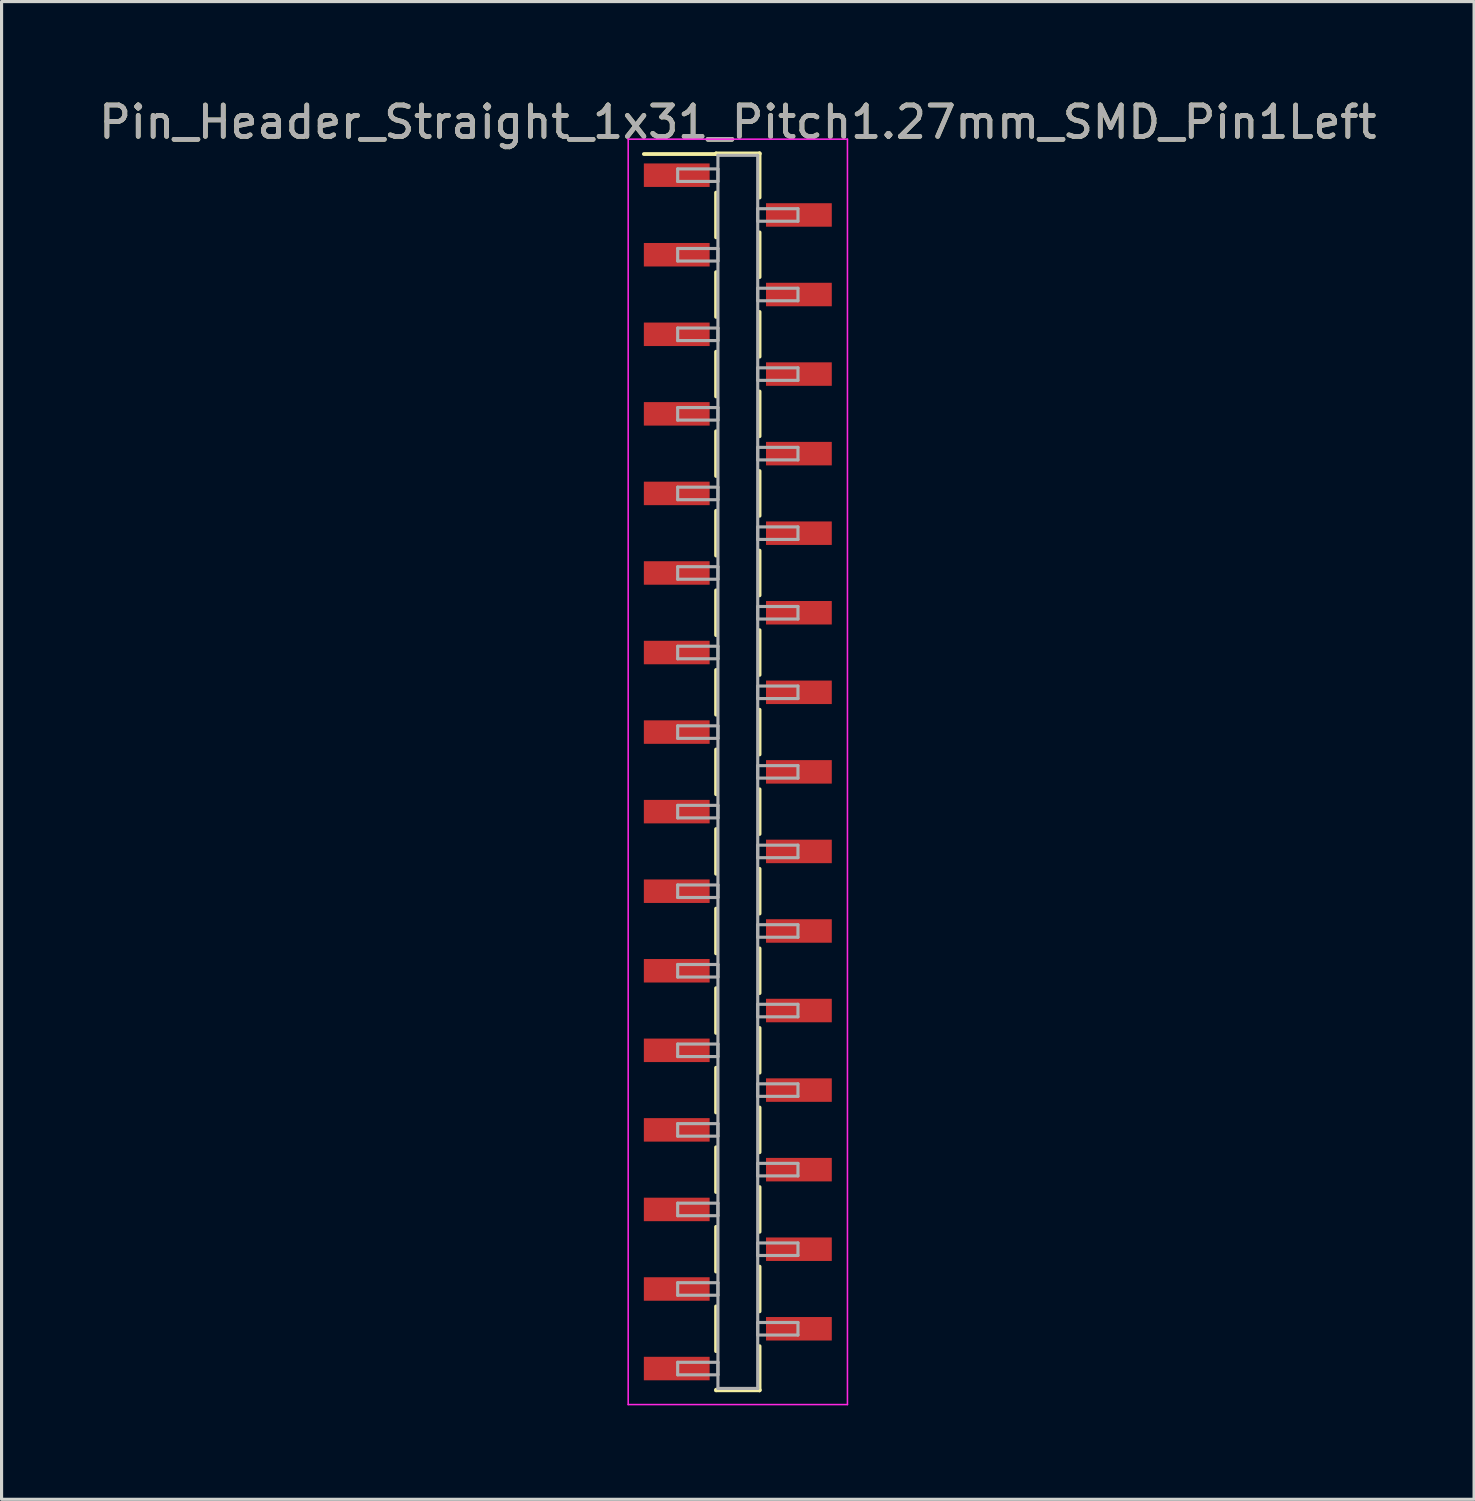
<source format=kicad_pcb>
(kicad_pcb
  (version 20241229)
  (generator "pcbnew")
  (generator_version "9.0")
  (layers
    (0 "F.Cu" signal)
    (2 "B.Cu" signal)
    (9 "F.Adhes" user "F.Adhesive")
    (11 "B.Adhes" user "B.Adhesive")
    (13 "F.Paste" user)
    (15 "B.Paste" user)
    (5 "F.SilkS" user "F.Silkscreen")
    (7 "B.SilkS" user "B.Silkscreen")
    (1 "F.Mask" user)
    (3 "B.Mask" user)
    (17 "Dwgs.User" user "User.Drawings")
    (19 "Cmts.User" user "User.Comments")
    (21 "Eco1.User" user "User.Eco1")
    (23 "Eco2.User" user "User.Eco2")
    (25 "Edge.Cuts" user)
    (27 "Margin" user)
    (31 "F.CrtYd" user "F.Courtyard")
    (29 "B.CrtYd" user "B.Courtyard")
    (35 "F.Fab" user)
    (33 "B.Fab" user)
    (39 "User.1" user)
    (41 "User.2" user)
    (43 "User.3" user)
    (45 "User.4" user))
  (footprint "Pin_Header_Straight_1x31_Pitch1.27mm_SMD_Pin1Left"
    (layer "F.Cu")
    (at 20.506 21.593)
    (property "Reference" "Pin_Header_Straight_1x31_Pitch1.27mm_SMD_Pin1Left" (at 0 -20.745 0) (layer "F.SilkS") (effects (font (size 1 1) (thickness 0.15))))
    (attr smd)
    (fp_line (start -0.695 -19.745) (end 0.695 -19.745) (stroke (width 0.12) (type solid)) (layer "F.SilkS"))
    (fp_line (start -0.695 -19.725) (end -3 -19.725) (stroke (width 0.12) (type solid)) (layer "F.SilkS"))
    (fp_line (start -0.695 -19.725) (end -0.695 -19.745) (stroke (width 0.12) (type solid)) (layer "F.SilkS"))
    (fp_line (start -0.695 -18.495) (end -0.695 -17.065) (stroke (width 0.12) (type solid)) (layer "F.SilkS"))
    (fp_line (start -0.695 -15.955) (end -0.695 -14.525) (stroke (width 0.12) (type solid)) (layer "F.SilkS"))
    (fp_line (start -0.695 -13.415) (end -0.695 -11.985) (stroke (width 0.12) (type solid)) (layer "F.SilkS"))
    (fp_line (start -0.695 -10.875) (end -0.695 -9.445) (stroke (width 0.12) (type solid)) (layer "F.SilkS"))
    (fp_line (start -0.695 -8.335) (end -0.695 -6.905) (stroke (width 0.12) (type solid)) (layer "F.SilkS"))
    (fp_line (start -0.695 -5.795) (end -0.695 -4.365) (stroke (width 0.12) (type solid)) (layer "F.SilkS"))
    (fp_line (start -0.695 -3.255) (end -0.695 -1.825) (stroke (width 0.12) (type solid)) (layer "F.SilkS"))
    (fp_line (start -0.695 -0.715) (end -0.695 0.715) (stroke (width 0.12) (type solid)) (layer "F.SilkS"))
    (fp_line (start -0.695 1.825) (end -0.695 3.255) (stroke (width 0.12) (type solid)) (layer "F.SilkS"))
    (fp_line (start -0.695 4.365) (end -0.695 5.795) (stroke (width 0.12) (type solid)) (layer "F.SilkS"))
    (fp_line (start -0.695 6.905) (end -0.695 8.335) (stroke (width 0.12) (type solid)) (layer "F.SilkS"))
    (fp_line (start -0.695 9.445) (end -0.695 10.875) (stroke (width 0.12) (type solid)) (layer "F.SilkS"))
    (fp_line (start -0.695 11.985) (end -0.695 13.415) (stroke (width 0.12) (type solid)) (layer "F.SilkS"))
    (fp_line (start -0.695 14.525) (end -0.695 15.955) (stroke (width 0.12) (type solid)) (layer "F.SilkS"))
    (fp_line (start -0.695 17.065) (end -0.695 18.495) (stroke (width 0.12) (type solid)) (layer "F.SilkS"))
    (fp_line (start -0.695 19.725) (end -0.695 19.745) (stroke (width 0.12) (type solid)) (layer "F.SilkS"))
    (fp_line (start -0.695 19.745) (end 0.695 19.745) (stroke (width 0.12) (type solid)) (layer "F.SilkS"))
    (fp_line (start 0.695 -19.745) (end 0.695 -19.725) (stroke (width 0.12) (type solid)) (layer "F.SilkS"))
    (fp_line (start 0.695 -19.745) (end 0.695 -18.335) (stroke (width 0.12) (type solid)) (layer "F.SilkS"))
    (fp_line (start 0.695 -17.225) (end 0.695 -15.795) (stroke (width 0.12) (type solid)) (layer "F.SilkS"))
    (fp_line (start 0.695 -14.685) (end 0.695 -13.255) (stroke (width 0.12) (type solid)) (layer "F.SilkS"))
    (fp_line (start 0.695 -12.145) (end 0.695 -10.715) (stroke (width 0.12) (type solid)) (layer "F.SilkS"))
    (fp_line (start 0.695 -9.605) (end 0.695 -8.175) (stroke (width 0.12) (type solid)) (layer "F.SilkS"))
    (fp_line (start 0.695 -7.065) (end 0.695 -5.635) (stroke (width 0.12) (type solid)) (layer "F.SilkS"))
    (fp_line (start 0.695 -4.525) (end 0.695 -3.095) (stroke (width 0.12) (type solid)) (layer "F.SilkS"))
    (fp_line (start 0.695 -1.985) (end 0.695 -0.555) (stroke (width 0.12) (type solid)) (layer "F.SilkS"))
    (fp_line (start 0.695 0.555) (end 0.695 1.985) (stroke (width 0.12) (type solid)) (layer "F.SilkS"))
    (fp_line (start 0.695 3.095) (end 0.695 4.525) (stroke (width 0.12) (type solid)) (layer "F.SilkS"))
    (fp_line (start 0.695 5.635) (end 0.695 7.065) (stroke (width 0.12) (type solid)) (layer "F.SilkS"))
    (fp_line (start 0.695 8.175) (end 0.695 9.605) (stroke (width 0.12) (type solid)) (layer "F.SilkS"))
    (fp_line (start 0.695 10.715) (end 0.695 12.145) (stroke (width 0.12) (type solid)) (layer "F.SilkS"))
    (fp_line (start 0.695 13.255) (end 0.695 14.685) (stroke (width 0.12) (type solid)) (layer "F.SilkS"))
    (fp_line (start 0.695 15.795) (end 0.695 17.225) (stroke (width 0.12) (type solid)) (layer "F.SilkS"))
    (fp_line (start 0.695 18.335) (end 0.695 19.745) (stroke (width 0.12) (type solid)) (layer "F.SilkS"))
    (fp_line (start 0.695 19.745) (end 0.695 19.725) (stroke (width 0.12) (type solid)) (layer "F.SilkS"))
    (fp_line (start -3.5 -20.2) (end -3.5 20.2) (stroke (width 0.05) (type solid)) (layer "F.CrtYd"))
    (fp_line (start -3.5 20.2) (end 3.5 20.2) (stroke (width 0.05) (type solid)) (layer "F.CrtYd"))
    (fp_line (start 3.5 -20.2) (end -3.5 -20.2) (stroke (width 0.05) (type solid)) (layer "F.CrtYd"))
    (fp_line (start 3.5 20.2) (end 3.5 -20.2) (stroke (width 0.05) (type solid)) (layer "F.CrtYd"))
    (fp_line (start -1.92 -19.25) (end -0.635 -19.25) (stroke (width 0.1) (type solid)) (layer "F.Fab"))
    (fp_line (start -1.92 -18.85) (end -1.92 -19.25) (stroke (width 0.1) (type solid)) (layer "F.Fab"))
    (fp_line (start -1.92 -16.71) (end -0.635 -16.71) (stroke (width 0.1) (type solid)) (layer "F.Fab"))
    (fp_line (start -1.92 -16.31) (end -1.92 -16.71) (stroke (width 0.1) (type solid)) (layer "F.Fab"))
    (fp_line (start -1.92 -14.17) (end -0.635 -14.17) (stroke (width 0.1) (type solid)) (layer "F.Fab"))
    (fp_line (start -1.92 -13.77) (end -1.92 -14.17) (stroke (width 0.1) (type solid)) (layer "F.Fab"))
    (fp_line (start -1.92 -11.63) (end -0.635 -11.63) (stroke (width 0.1) (type solid)) (layer "F.Fab"))
    (fp_line (start -1.92 -11.23) (end -1.92 -11.63) (stroke (width 0.1) (type solid)) (layer "F.Fab"))
    (fp_line (start -1.92 -9.09) (end -0.635 -9.09) (stroke (width 0.1) (type solid)) (layer "F.Fab"))
    (fp_line (start -1.92 -8.69) (end -1.92 -9.09) (stroke (width 0.1) (type solid)) (layer "F.Fab"))
    (fp_line (start -1.92 -6.55) (end -0.635 -6.55) (stroke (width 0.1) (type solid)) (layer "F.Fab"))
    (fp_line (start -1.92 -6.15) (end -1.92 -6.55) (stroke (width 0.1) (type solid)) (layer "F.Fab"))
    (fp_line (start -1.92 -4.01) (end -0.635 -4.01) (stroke (width 0.1) (type solid)) (layer "F.Fab"))
    (fp_line (start -1.92 -3.61) (end -1.92 -4.01) (stroke (width 0.1) (type solid)) (layer "F.Fab"))
    (fp_line (start -1.92 -1.47) (end -0.635 -1.47) (stroke (width 0.1) (type solid)) (layer "F.Fab"))
    (fp_line (start -1.92 -1.07) (end -1.92 -1.47) (stroke (width 0.1) (type solid)) (layer "F.Fab"))
    (fp_line (start -1.92 1.07) (end -0.635 1.07) (stroke (width 0.1) (type solid)) (layer "F.Fab"))
    (fp_line (start -1.92 1.47) (end -1.92 1.07) (stroke (width 0.1) (type solid)) (layer "F.Fab"))
    (fp_line (start -1.92 3.61) (end -0.635 3.61) (stroke (width 0.1) (type solid)) (layer "F.Fab"))
    (fp_line (start -1.92 4.01) (end -1.92 3.61) (stroke (width 0.1) (type solid)) (layer "F.Fab"))
    (fp_line (start -1.92 6.15) (end -0.635 6.15) (stroke (width 0.1) (type solid)) (layer "F.Fab"))
    (fp_line (start -1.92 6.55) (end -1.92 6.15) (stroke (width 0.1) (type solid)) (layer "F.Fab"))
    (fp_line (start -1.92 8.69) (end -0.635 8.69) (stroke (width 0.1) (type solid)) (layer "F.Fab"))
    (fp_line (start -1.92 9.09) (end -1.92 8.69) (stroke (width 0.1) (type solid)) (layer "F.Fab"))
    (fp_line (start -1.92 11.23) (end -0.635 11.23) (stroke (width 0.1) (type solid)) (layer "F.Fab"))
    (fp_line (start -1.92 11.63) (end -1.92 11.23) (stroke (width 0.1) (type solid)) (layer "F.Fab"))
    (fp_line (start -1.92 13.77) (end -0.635 13.77) (stroke (width 0.1) (type solid)) (layer "F.Fab"))
    (fp_line (start -1.92 14.17) (end -1.92 13.77) (stroke (width 0.1) (type solid)) (layer "F.Fab"))
    (fp_line (start -1.92 16.31) (end -0.635 16.31) (stroke (width 0.1) (type solid)) (layer "F.Fab"))
    (fp_line (start -1.92 16.71) (end -1.92 16.31) (stroke (width 0.1) (type solid)) (layer "F.Fab"))
    (fp_line (start -1.92 18.85) (end -0.635 18.85) (stroke (width 0.1) (type solid)) (layer "F.Fab"))
    (fp_line (start -1.92 19.25) (end -1.92 18.85) (stroke (width 0.1) (type solid)) (layer "F.Fab"))
    (fp_line (start -0.635 -19.685) (end -0.635 19.685) (stroke (width 0.1) (type solid)) (layer "F.Fab"))
    (fp_line (start -0.635 -19.25) (end -0.635 -18.85) (stroke (width 0.1) (type solid)) (layer "F.Fab"))
    (fp_line (start -0.635 -18.85) (end -1.92 -18.85) (stroke (width 0.1) (type solid)) (layer "F.Fab"))
    (fp_line (start -0.635 -16.71) (end -0.635 -16.31) (stroke (width 0.1) (type solid)) (layer "F.Fab"))
    (fp_line (start -0.635 -16.31) (end -1.92 -16.31) (stroke (width 0.1) (type solid)) (layer "F.Fab"))
    (fp_line (start -0.635 -14.17) (end -0.635 -13.77) (stroke (width 0.1) (type solid)) (layer "F.Fab"))
    (fp_line (start -0.635 -13.77) (end -1.92 -13.77) (stroke (width 0.1) (type solid)) (layer "F.Fab"))
    (fp_line (start -0.635 -11.63) (end -0.635 -11.23) (stroke (width 0.1) (type solid)) (layer "F.Fab"))
    (fp_line (start -0.635 -11.23) (end -1.92 -11.23) (stroke (width 0.1) (type solid)) (layer "F.Fab"))
    (fp_line (start -0.635 -9.09) (end -0.635 -8.69) (stroke (width 0.1) (type solid)) (layer "F.Fab"))
    (fp_line (start -0.635 -8.69) (end -1.92 -8.69) (stroke (width 0.1) (type solid)) (layer "F.Fab"))
    (fp_line (start -0.635 -6.55) (end -0.635 -6.15) (stroke (width 0.1) (type solid)) (layer "F.Fab"))
    (fp_line (start -0.635 -6.15) (end -1.92 -6.15) (stroke (width 0.1) (type solid)) (layer "F.Fab"))
    (fp_line (start -0.635 -4.01) (end -0.635 -3.61) (stroke (width 0.1) (type solid)) (layer "F.Fab"))
    (fp_line (start -0.635 -3.61) (end -1.92 -3.61) (stroke (width 0.1) (type solid)) (layer "F.Fab"))
    (fp_line (start -0.635 -1.47) (end -0.635 -1.07) (stroke (width 0.1) (type solid)) (layer "F.Fab"))
    (fp_line (start -0.635 -1.07) (end -1.92 -1.07) (stroke (width 0.1) (type solid)) (layer "F.Fab"))
    (fp_line (start -0.635 1.07) (end -0.635 1.47) (stroke (width 0.1) (type solid)) (layer "F.Fab"))
    (fp_line (start -0.635 1.47) (end -1.92 1.47) (stroke (width 0.1) (type solid)) (layer "F.Fab"))
    (fp_line (start -0.635 3.61) (end -0.635 4.01) (stroke (width 0.1) (type solid)) (layer "F.Fab"))
    (fp_line (start -0.635 4.01) (end -1.92 4.01) (stroke (width 0.1) (type solid)) (layer "F.Fab"))
    (fp_line (start -0.635 6.15) (end -0.635 6.55) (stroke (width 0.1) (type solid)) (layer "F.Fab"))
    (fp_line (start -0.635 6.55) (end -1.92 6.55) (stroke (width 0.1) (type solid)) (layer "F.Fab"))
    (fp_line (start -0.635 8.69) (end -0.635 9.09) (stroke (width 0.1) (type solid)) (layer "F.Fab"))
    (fp_line (start -0.635 9.09) (end -1.92 9.09) (stroke (width 0.1) (type solid)) (layer "F.Fab"))
    (fp_line (start -0.635 11.23) (end -0.635 11.63) (stroke (width 0.1) (type solid)) (layer "F.Fab"))
    (fp_line (start -0.635 11.63) (end -1.92 11.63) (stroke (width 0.1) (type solid)) (layer "F.Fab"))
    (fp_line (start -0.635 13.77) (end -0.635 14.17) (stroke (width 0.1) (type solid)) (layer "F.Fab"))
    (fp_line (start -0.635 14.17) (end -1.92 14.17) (stroke (width 0.1) (type solid)) (layer "F.Fab"))
    (fp_line (start -0.635 16.31) (end -0.635 16.71) (stroke (width 0.1) (type solid)) (layer "F.Fab"))
    (fp_line (start -0.635 16.71) (end -1.92 16.71) (stroke (width 0.1) (type solid)) (layer "F.Fab"))
    (fp_line (start -0.635 18.85) (end -0.635 19.25) (stroke (width 0.1) (type solid)) (layer "F.Fab"))
    (fp_line (start -0.635 19.25) (end -1.92 19.25) (stroke (width 0.1) (type solid)) (layer "F.Fab"))
    (fp_line (start -0.635 19.685) (end 0.635 19.685) (stroke (width 0.1) (type solid)) (layer "F.Fab"))
    (fp_line (start 0.635 -19.685) (end -0.635 -19.685) (stroke (width 0.1) (type solid)) (layer "F.Fab"))
    (fp_line (start 0.635 -17.98) (end 0.635 -17.58) (stroke (width 0.1) (type solid)) (layer "F.Fab"))
    (fp_line (start 0.635 -17.58) (end 1.92 -17.58) (stroke (width 0.1) (type solid)) (layer "F.Fab"))
    (fp_line (start 0.635 -15.44) (end 0.635 -15.04) (stroke (width 0.1) (type solid)) (layer "F.Fab"))
    (fp_line (start 0.635 -15.04) (end 1.92 -15.04) (stroke (width 0.1) (type solid)) (layer "F.Fab"))
    (fp_line (start 0.635 -12.9) (end 0.635 -12.5) (stroke (width 0.1) (type solid)) (layer "F.Fab"))
    (fp_line (start 0.635 -12.5) (end 1.92 -12.5) (stroke (width 0.1) (type solid)) (layer "F.Fab"))
    (fp_line (start 0.635 -10.36) (end 0.635 -9.96) (stroke (width 0.1) (type solid)) (layer "F.Fab"))
    (fp_line (start 0.635 -9.96) (end 1.92 -9.96) (stroke (width 0.1) (type solid)) (layer "F.Fab"))
    (fp_line (start 0.635 -7.82) (end 0.635 -7.42) (stroke (width 0.1) (type solid)) (layer "F.Fab"))
    (fp_line (start 0.635 -7.42) (end 1.92 -7.42) (stroke (width 0.1) (type solid)) (layer "F.Fab"))
    (fp_line (start 0.635 -5.28) (end 0.635 -4.88) (stroke (width 0.1) (type solid)) (layer "F.Fab"))
    (fp_line (start 0.635 -4.88) (end 1.92 -4.88) (stroke (width 0.1) (type solid)) (layer "F.Fab"))
    (fp_line (start 0.635 -2.74) (end 0.635 -2.34) (stroke (width 0.1) (type solid)) (layer "F.Fab"))
    (fp_line (start 0.635 -2.34) (end 1.92 -2.34) (stroke (width 0.1) (type solid)) (layer "F.Fab"))
    (fp_line (start 0.635 -0.2) (end 0.635 0.2) (stroke (width 0.1) (type solid)) (layer "F.Fab"))
    (fp_line (start 0.635 0.2) (end 1.92 0.2) (stroke (width 0.1) (type solid)) (layer "F.Fab"))
    (fp_line (start 0.635 2.34) (end 0.635 2.74) (stroke (width 0.1) (type solid)) (layer "F.Fab"))
    (fp_line (start 0.635 2.74) (end 1.92 2.74) (stroke (width 0.1) (type solid)) (layer "F.Fab"))
    (fp_line (start 0.635 4.88) (end 0.635 5.28) (stroke (width 0.1) (type solid)) (layer "F.Fab"))
    (fp_line (start 0.635 5.28) (end 1.92 5.28) (stroke (width 0.1) (type solid)) (layer "F.Fab"))
    (fp_line (start 0.635 7.42) (end 0.635 7.82) (stroke (width 0.1) (type solid)) (layer "F.Fab"))
    (fp_line (start 0.635 7.82) (end 1.92 7.82) (stroke (width 0.1) (type solid)) (layer "F.Fab"))
    (fp_line (start 0.635 9.96) (end 0.635 10.36) (stroke (width 0.1) (type solid)) (layer "F.Fab"))
    (fp_line (start 0.635 10.36) (end 1.92 10.36) (stroke (width 0.1) (type solid)) (layer "F.Fab"))
    (fp_line (start 0.635 12.5) (end 0.635 12.9) (stroke (width 0.1) (type solid)) (layer "F.Fab"))
    (fp_line (start 0.635 12.9) (end 1.92 12.9) (stroke (width 0.1) (type solid)) (layer "F.Fab"))
    (fp_line (start 0.635 15.04) (end 0.635 15.44) (stroke (width 0.1) (type solid)) (layer "F.Fab"))
    (fp_line (start 0.635 15.44) (end 1.92 15.44) (stroke (width 0.1) (type solid)) (layer "F.Fab"))
    (fp_line (start 0.635 17.58) (end 0.635 17.98) (stroke (width 0.1) (type solid)) (layer "F.Fab"))
    (fp_line (start 0.635 17.98) (end 1.92 17.98) (stroke (width 0.1) (type solid)) (layer "F.Fab"))
    (fp_line (start 0.635 19.685) (end 0.635 -19.685) (stroke (width 0.1) (type solid)) (layer "F.Fab"))
    (fp_line (start 1.92 -17.98) (end 0.635 -17.98) (stroke (width 0.1) (type solid)) (layer "F.Fab"))
    (fp_line (start 1.92 -17.58) (end 1.92 -17.98) (stroke (width 0.1) (type solid)) (layer "F.Fab"))
    (fp_line (start 1.92 -15.44) (end 0.635 -15.44) (stroke (width 0.1) (type solid)) (layer "F.Fab"))
    (fp_line (start 1.92 -15.04) (end 1.92 -15.44) (stroke (width 0.1) (type solid)) (layer "F.Fab"))
    (fp_line (start 1.92 -12.9) (end 0.635 -12.9) (stroke (width 0.1) (type solid)) (layer "F.Fab"))
    (fp_line (start 1.92 -12.5) (end 1.92 -12.9) (stroke (width 0.1) (type solid)) (layer "F.Fab"))
    (fp_line (start 1.92 -10.36) (end 0.635 -10.36) (stroke (width 0.1) (type solid)) (layer "F.Fab"))
    (fp_line (start 1.92 -9.96) (end 1.92 -10.36) (stroke (width 0.1) (type solid)) (layer "F.Fab"))
    (fp_line (start 1.92 -7.82) (end 0.635 -7.82) (stroke (width 0.1) (type solid)) (layer "F.Fab"))
    (fp_line (start 1.92 -7.42) (end 1.92 -7.82) (stroke (width 0.1) (type solid)) (layer "F.Fab"))
    (fp_line (start 1.92 -5.28) (end 0.635 -5.28) (stroke (width 0.1) (type solid)) (layer "F.Fab"))
    (fp_line (start 1.92 -4.88) (end 1.92 -5.28) (stroke (width 0.1) (type solid)) (layer "F.Fab"))
    (fp_line (start 1.92 -2.74) (end 0.635 -2.74) (stroke (width 0.1) (type solid)) (layer "F.Fab"))
    (fp_line (start 1.92 -2.34) (end 1.92 -2.74) (stroke (width 0.1) (type solid)) (layer "F.Fab"))
    (fp_line (start 1.92 -0.2) (end 0.635 -0.2) (stroke (width 0.1) (type solid)) (layer "F.Fab"))
    (fp_line (start 1.92 0.2) (end 1.92 -0.2) (stroke (width 0.1) (type solid)) (layer "F.Fab"))
    (fp_line (start 1.92 2.34) (end 0.635 2.34) (stroke (width 0.1) (type solid)) (layer "F.Fab"))
    (fp_line (start 1.92 2.74) (end 1.92 2.34) (stroke (width 0.1) (type solid)) (layer "F.Fab"))
    (fp_line (start 1.92 4.88) (end 0.635 4.88) (stroke (width 0.1) (type solid)) (layer "F.Fab"))
    (fp_line (start 1.92 5.28) (end 1.92 4.88) (stroke (width 0.1) (type solid)) (layer "F.Fab"))
    (fp_line (start 1.92 7.42) (end 0.635 7.42) (stroke (width 0.1) (type solid)) (layer "F.Fab"))
    (fp_line (start 1.92 7.82) (end 1.92 7.42) (stroke (width 0.1) (type solid)) (layer "F.Fab"))
    (fp_line (start 1.92 9.96) (end 0.635 9.96) (stroke (width 0.1) (type solid)) (layer "F.Fab"))
    (fp_line (start 1.92 10.36) (end 1.92 9.96) (stroke (width 0.1) (type solid)) (layer "F.Fab"))
    (fp_line (start 1.92 12.5) (end 0.635 12.5) (stroke (width 0.1) (type solid)) (layer "F.Fab"))
    (fp_line (start 1.92 12.9) (end 1.92 12.5) (stroke (width 0.1) (type solid)) (layer "F.Fab"))
    (fp_line (start 1.92 15.04) (end 0.635 15.04) (stroke (width 0.1) (type solid)) (layer "F.Fab"))
    (fp_line (start 1.92 15.44) (end 1.92 15.04) (stroke (width 0.1) (type solid)) (layer "F.Fab"))
    (fp_line (start 1.92 17.58) (end 0.635 17.58) (stroke (width 0.1) (type solid)) (layer "F.Fab"))
    (fp_line (start 1.92 17.98) (end 1.92 17.58) (stroke (width 0.1) (type solid)) (layer "F.Fab"))
    (fp_text user "${REFERENCE}" (at 0 -20.745 0) (layer "F.Fab") (effects (font (size 1 1) (thickness 0.15))))
    (pad "1" smd rect (at -1.95 -19.05) (size 2.1 0.75) (layers "F.Cu" "F.Mask" "F.Paste"))
    (pad "2" smd rect (at 1.95 -17.78) (size 2.1 0.75) (layers "F.Cu" "F.Mask" "F.Paste"))
    (pad "3" smd rect (at -1.95 -16.51) (size 2.1 0.75) (layers "F.Cu" "F.Mask" "F.Paste"))
    (pad "4" smd rect (at 1.95 -15.24) (size 2.1 0.75) (layers "F.Cu" "F.Mask" "F.Paste"))
    (pad "5" smd rect (at -1.95 -13.97) (size 2.1 0.75) (layers "F.Cu" "F.Mask" "F.Paste"))
    (pad "6" smd rect (at 1.95 -12.7) (size 2.1 0.75) (layers "F.Cu" "F.Mask" "F.Paste"))
    (pad "7" smd rect (at -1.95 -11.43) (size 2.1 0.75) (layers "F.Cu" "F.Mask" "F.Paste"))
    (pad "8" smd rect (at 1.95 -10.16) (size 2.1 0.75) (layers "F.Cu" "F.Mask" "F.Paste"))
    (pad "9" smd rect (at -1.95 -8.89) (size 2.1 0.75) (layers "F.Cu" "F.Mask" "F.Paste"))
    (pad "10" smd rect (at 1.95 -7.62) (size 2.1 0.75) (layers "F.Cu" "F.Mask" "F.Paste"))
    (pad "11" smd rect (at -1.95 -6.35) (size 2.1 0.75) (layers "F.Cu" "F.Mask" "F.Paste"))
    (pad "12" smd rect (at 1.95 -5.08) (size 2.1 0.75) (layers "F.Cu" "F.Mask" "F.Paste"))
    (pad "13" smd rect (at -1.95 -3.81) (size 2.1 0.75) (layers "F.Cu" "F.Mask" "F.Paste"))
    (pad "14" smd rect (at 1.95 -2.54) (size 2.1 0.75) (layers "F.Cu" "F.Mask" "F.Paste"))
    (pad "15" smd rect (at -1.95 -1.27) (size 2.1 0.75) (layers "F.Cu" "F.Mask" "F.Paste"))
    (pad "16" smd rect (at 1.95 0) (size 2.1 0.75) (layers "F.Cu" "F.Mask" "F.Paste"))
    (pad "17" smd rect (at -1.95 1.27) (size 2.1 0.75) (layers "F.Cu" "F.Mask" "F.Paste"))
    (pad "18" smd rect (at 1.95 2.54) (size 2.1 0.75) (layers "F.Cu" "F.Mask" "F.Paste"))
    (pad "19" smd rect (at -1.95 3.81) (size 2.1 0.75) (layers "F.Cu" "F.Mask" "F.Paste"))
    (pad "20" smd rect (at 1.95 5.08) (size 2.1 0.75) (layers "F.Cu" "F.Mask" "F.Paste"))
    (pad "21" smd rect (at -1.95 6.35) (size 2.1 0.75) (layers "F.Cu" "F.Mask" "F.Paste"))
    (pad "22" smd rect (at 1.95 7.62) (size 2.1 0.75) (layers "F.Cu" "F.Mask" "F.Paste"))
    (pad "23" smd rect (at -1.95 8.89) (size 2.1 0.75) (layers "F.Cu" "F.Mask" "F.Paste"))
    (pad "24" smd rect (at 1.95 10.16) (size 2.1 0.75) (layers "F.Cu" "F.Mask" "F.Paste"))
    (pad "25" smd rect (at -1.95 11.43) (size 2.1 0.75) (layers "F.Cu" "F.Mask" "F.Paste"))
    (pad "26" smd rect (at 1.95 12.7) (size 2.1 0.75) (layers "F.Cu" "F.Mask" "F.Paste"))
    (pad "27" smd rect (at -1.95 13.97) (size 2.1 0.75) (layers "F.Cu" "F.Mask" "F.Paste"))
    (pad "28" smd rect (at 1.95 15.24) (size 2.1 0.75) (layers "F.Cu" "F.Mask" "F.Paste"))
    (pad "29" smd rect (at -1.95 16.51) (size 2.1 0.75) (layers "F.Cu" "F.Mask" "F.Paste"))
    (pad "30" smd rect (at 1.95 17.78) (size 2.1 0.75) (layers "F.Cu" "F.Mask" "F.Paste"))
    (pad "31" smd rect (at -1.95 19.05) (size 2.1 0.75) (layers "F.Cu" "F.Mask" "F.Paste")))
  (gr_rect
    (start -3 -3)
    (end 44.012 44.818)
    (stroke (width 0.1) (type default))
    (fill no)
    (layer "Edge.Cuts")))
</source>
